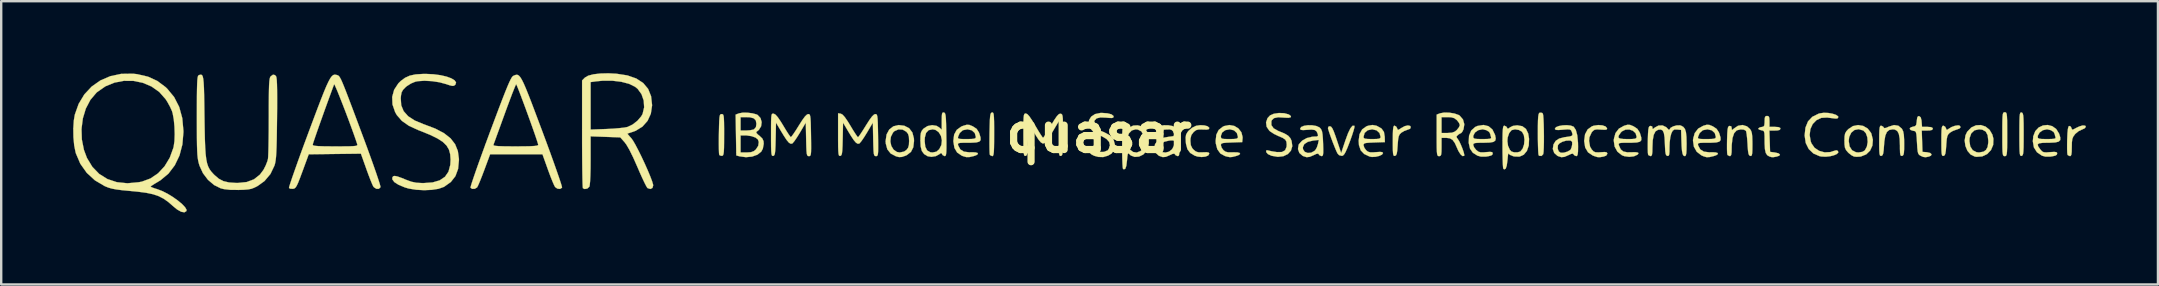
<source format=kicad_pcb>
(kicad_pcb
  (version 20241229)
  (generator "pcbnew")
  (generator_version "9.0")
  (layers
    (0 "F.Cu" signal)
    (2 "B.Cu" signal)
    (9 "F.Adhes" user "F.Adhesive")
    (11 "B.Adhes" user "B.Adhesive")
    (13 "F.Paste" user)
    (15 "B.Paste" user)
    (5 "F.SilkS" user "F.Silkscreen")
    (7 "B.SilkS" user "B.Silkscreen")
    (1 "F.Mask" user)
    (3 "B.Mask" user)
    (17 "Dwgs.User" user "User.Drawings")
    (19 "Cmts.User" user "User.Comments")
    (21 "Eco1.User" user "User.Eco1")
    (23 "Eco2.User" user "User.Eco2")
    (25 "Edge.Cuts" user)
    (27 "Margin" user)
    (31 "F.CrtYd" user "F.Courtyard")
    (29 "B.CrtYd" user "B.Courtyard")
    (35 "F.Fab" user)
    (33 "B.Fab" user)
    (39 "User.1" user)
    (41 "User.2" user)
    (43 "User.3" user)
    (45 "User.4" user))
  (footprint "quasar"
    (layer "F.Cu")
    (at 42.745 2.491)
    (property "Reference" "quasar" (at 0 0 0) (layer "F.SilkS") (effects (font (size 1.524 1.524) (thickness 0.3))))
    (attr through_hole)
    (fp_poly (pts (xy 18.461 -0.839) (xy 18.496 -0.808) (xy 18.511 -0.734) (xy 18.523 -0.581) (xy 18.532 -0.371) (xy 18.538 -0.124) (xy 18.541 0.136) (xy 18.54 0.389) (xy 18.535 0.611) (xy 18.526 0.782) (xy 18.513 0.879) (xy 18.511 0.885) (xy 18.442 0.957) (xy 18.349 0.952) (xy 18.322 0.931) (xy 18.311 0.872) (xy 18.301 0.728) (xy 18.294 0.517) (xy 18.289 0.258) (xy 18.288 0.041) (xy 18.289 -0.278) (xy 18.293 -0.51) (xy 18.302 -0.668) (xy 18.317 -0.768) (xy 18.338 -0.822) (xy 18.368 -0.847) (xy 18.369 -0.847) (xy 18.461 -0.839)) (stroke (width 0.01) (type solid)) (fill yes) (layer "F.SilkS"))
    (fp_poly (pts (xy -15.686 -0.783) (xy -15.659 -0.76) (xy -15.641 -0.704) (xy -15.63 -0.601) (xy -15.624 -0.438) (xy -15.621 -0.199) (xy -15.621 0.076) (xy -15.622 0.392) (xy -15.625 0.621) (xy -15.633 0.778) (xy -15.646 0.875) (xy -15.666 0.928) (xy -15.695 0.951) (xy -15.71 0.956) (xy -15.798 0.937) (xy -15.826 0.903) (xy -15.834 0.831) (xy -15.839 0.676) (xy -15.842 0.457) (xy -15.841 0.194) (xy -15.838 0.023) (xy -15.832 -0.28) (xy -15.825 -0.497) (xy -15.815 -0.641) (xy -15.8 -0.728) (xy -15.778 -0.771) (xy -15.746 -0.786) (xy -15.723 -0.787) (xy -15.686 -0.783)) (stroke (width 0.01) (type solid)) (fill yes) (layer "F.SilkS"))
    (fp_poly (pts (xy -4.426 -0.853) (xy -4.403 -0.828) (xy -4.387 -0.765) (xy -4.377 -0.65) (xy -4.371 -0.471) (xy -4.369 -0.214) (xy -4.369 0.047) (xy -4.37 0.377) (xy -4.374 0.619) (xy -4.381 0.786) (xy -4.394 0.89) (xy -4.413 0.945) (xy -4.439 0.965) (xy -4.447 0.965) (xy -4.531 0.928) (xy -4.55 0.9) (xy -4.557 0.829) (xy -4.562 0.675) (xy -4.564 0.457) (xy -4.563 0.193) (xy -4.561 -0.001) (xy -4.554 -0.313) (xy -4.547 -0.537) (xy -4.536 -0.688) (xy -4.52 -0.782) (xy -4.498 -0.831) (xy -4.467 -0.852) (xy -4.458 -0.854) (xy -4.426 -0.853)) (stroke (width 0.01) (type solid)) (fill yes) (layer "F.SilkS"))
    (fp_poly (pts (xy 38.443 -0.854) (xy 38.475 -0.84) (xy 38.498 -0.801) (xy 38.514 -0.726) (xy 38.524 -0.598) (xy 38.53 -0.404) (xy 38.532 -0.13) (xy 38.532 0.051) (xy 38.531 0.372) (xy 38.528 0.607) (xy 38.52 0.767) (xy 38.508 0.869) (xy 38.488 0.925) (xy 38.461 0.95) (xy 38.443 0.956) (xy 38.411 0.955) (xy 38.388 0.929) (xy 38.372 0.866) (xy 38.362 0.752) (xy 38.357 0.574) (xy 38.354 0.317) (xy 38.354 0.051) (xy 38.355 -0.276) (xy 38.358 -0.515) (xy 38.364 -0.679) (xy 38.375 -0.782) (xy 38.392 -0.836) (xy 38.417 -0.855) (xy 38.443 -0.854)) (stroke (width 0.01) (type solid)) (fill yes) (layer "F.SilkS"))
    (fp_poly (pts (xy 37.781 -0.859) (xy 37.807 -0.837) (xy 37.825 -0.783) (xy 37.836 -0.684) (xy 37.843 -0.525) (xy 37.845 -0.294) (xy 37.846 0.024) (xy 37.846 0.051) (xy 37.846 0.376) (xy 37.843 0.613) (xy 37.837 0.776) (xy 37.826 0.879) (xy 37.808 0.936) (xy 37.783 0.96) (xy 37.747 0.965) (xy 37.744 0.965) (xy 37.708 0.961) (xy 37.682 0.939) (xy 37.664 0.885) (xy 37.652 0.786) (xy 37.646 0.627) (xy 37.643 0.395) (xy 37.643 0.077) (xy 37.643 0.051) (xy 37.643 -0.274) (xy 37.646 -0.512) (xy 37.652 -0.675) (xy 37.663 -0.778) (xy 37.68 -0.834) (xy 37.706 -0.858) (xy 37.741 -0.864) (xy 37.744 -0.864) (xy 37.781 -0.859)) (stroke (width 0.01) (type solid)) (fill yes) (layer "F.SilkS"))
    (fp_poly (pts (xy 10.647 -0.292) (xy 10.644 -0.233) (xy 10.609 -0.1) (xy 10.549 0.09) (xy 10.469 0.316) (xy 10.459 0.342) (xy 10.361 0.598) (xy 10.285 0.773) (xy 10.225 0.881) (xy 10.172 0.938) (xy 10.125 0.956) (xy 10.005 0.925) (xy 9.94 0.854) (xy 9.893 0.759) (xy 9.825 0.596) (xy 9.745 0.394) (xy 9.666 0.182) (xy 9.598 -0.012) (xy 9.552 -0.158) (xy 9.541 -0.203) (xy 9.567 -0.267) (xy 9.622 -0.279) (xy 9.671 -0.262) (xy 9.721 -0.199) (xy 9.779 -0.077) (xy 9.852 0.12) (xy 9.906 0.279) (xy 10.092 0.838) (xy 10.269 0.308) (xy 10.38 0.007) (xy 10.478 -0.195) (xy 10.564 -0.298) (xy 10.637 -0.301) (xy 10.647 -0.292)) (stroke (width 0.01) (type solid)) (fill yes) (layer "F.SilkS"))
    (fp_poly (pts (xy 12.968 -0.292) (xy 12.993 -0.248) (xy 12.965 -0.175) (xy 12.864 -0.137) (xy 12.715 -0.082) (xy 12.595 -0.008) (xy 12.532 0.055) (xy 12.492 0.135) (xy 12.467 0.259) (xy 12.45 0.452) (xy 12.446 0.516) (xy 12.43 0.729) (xy 12.409 0.86) (xy 12.379 0.929) (xy 12.333 0.955) (xy 12.332 0.956) (xy 12.295 0.954) (xy 12.27 0.924) (xy 12.254 0.847) (xy 12.246 0.71) (xy 12.243 0.495) (xy 12.243 0.334) (xy 12.245 0.062) (xy 12.252 -0.123) (xy 12.266 -0.236) (xy 12.288 -0.292) (xy 12.316 -0.305) (xy 12.388 -0.263) (xy 12.42 -0.204) (xy 12.447 -0.139) (xy 12.488 -0.134) (xy 12.574 -0.19) (xy 12.589 -0.201) (xy 12.74 -0.284) (xy 12.875 -0.315) (xy 12.968 -0.292)) (stroke (width 0.01) (type solid)) (fill yes) (layer "F.SilkS"))
    (fp_poly (pts (xy 41.097 -0.305) (xy 41.123 -0.258) (xy 41.078 -0.196) (xy 40.968 -0.144) (xy 40.962 -0.143) (xy 40.821 -0.075) (xy 40.686 0.036) (xy 40.67 0.055) (xy 40.6 0.15) (xy 40.56 0.25) (xy 40.542 0.388) (xy 40.538 0.588) (xy 40.534 0.787) (xy 40.52 0.903) (xy 40.492 0.956) (xy 40.461 0.965) (xy 40.376 0.928) (xy 40.357 0.898) (xy 40.348 0.823) (xy 40.343 0.669) (xy 40.343 0.462) (xy 40.346 0.28) (xy 40.357 0.012) (xy 40.375 -0.165) (xy 40.4 -0.264) (xy 40.427 -0.293) (xy 40.491 -0.27) (xy 40.521 -0.213) (xy 40.544 -0.149) (xy 40.585 -0.139) (xy 40.674 -0.184) (xy 40.708 -0.204) (xy 40.854 -0.273) (xy 40.99 -0.313) (xy 40.996 -0.313) (xy 41.097 -0.305)) (stroke (width 0.01) (type solid)) (fill yes) (layer "F.SilkS"))
    (fp_poly (pts (xy 35.864 -0.305) (xy 35.906 -0.245) (xy 35.858 -0.185) (xy 35.733 -0.139) (xy 35.723 -0.137) (xy 35.575 -0.082) (xy 35.455 -0.008) (xy 35.392 0.055) (xy 35.352 0.135) (xy 35.327 0.259) (xy 35.31 0.452) (xy 35.306 0.516) (xy 35.29 0.729) (xy 35.269 0.86) (xy 35.239 0.929) (xy 35.193 0.955) (xy 35.192 0.956) (xy 35.155 0.954) (xy 35.13 0.924) (xy 35.114 0.847) (xy 35.106 0.71) (xy 35.103 0.495) (xy 35.103 0.334) (xy 35.104 0.066) (xy 35.11 -0.116) (xy 35.123 -0.228) (xy 35.144 -0.285) (xy 35.175 -0.304) (xy 35.184 -0.305) (xy 35.26 -0.262) (xy 35.292 -0.201) (xy 35.323 -0.13) (xy 35.377 -0.149) (xy 35.401 -0.169) (xy 35.525 -0.246) (xy 35.673 -0.3) (xy 35.805 -0.319) (xy 35.864 -0.305)) (stroke (width 0.01) (type solid)) (fill yes) (layer "F.SilkS"))
    (fp_poly (pts (xy 20.976 -0.318) (xy 21.109 -0.272) (xy 21.172 -0.198) (xy 21.173 -0.196) (xy 21.165 -0.152) (xy 21.103 -0.134) (xy 20.968 -0.137) (xy 20.914 -0.141) (xy 20.75 -0.149) (xy 20.65 -0.133) (xy 20.578 -0.079) (xy 20.531 -0.024) (xy 20.438 0.177) (xy 20.422 0.33) (xy 20.463 0.567) (xy 20.531 0.685) (xy 20.606 0.766) (xy 20.685 0.803) (xy 20.806 0.809) (xy 20.912 0.802) (xy 21.071 0.793) (xy 21.153 0.805) (xy 21.182 0.844) (xy 21.184 0.866) (xy 21.136 0.944) (xy 21.025 0.984) (xy 20.876 1.009) (xy 20.766 1.004) (xy 20.641 0.964) (xy 20.571 0.936) (xy 20.379 0.806) (xy 20.261 0.607) (xy 20.219 0.341) (xy 20.219 0.322) (xy 20.255 0.053) (xy 20.363 -0.148) (xy 20.541 -0.276) (xy 20.622 -0.304) (xy 20.804 -0.33) (xy 20.976 -0.318)) (stroke (width 0.01) (type solid)) (fill yes) (layer "F.SilkS"))
    (fp_poly (pts (xy 36.947 -0.265) (xy 37.112 -0.131) (xy 37.229 0.07) (xy 37.272 0.241) (xy 37.262 0.496) (xy 37.17 0.713) (xy 37.013 0.878) (xy 36.805 0.977) (xy 36.563 0.994) (xy 36.494 0.983) (xy 36.321 0.898) (xy 36.189 0.743) (xy 36.104 0.54) (xy 36.076 0.33) (xy 36.271 0.33) (xy 36.307 0.559) (xy 36.409 0.719) (xy 36.572 0.802) (xy 36.673 0.813) (xy 36.863 0.778) (xy 36.962 0.706) (xy 37.029 0.586) (xy 37.057 0.405) (xy 37.059 0.33) (xy 37.033 0.095) (xy 36.953 -0.058) (xy 36.811 -0.137) (xy 36.673 -0.152) (xy 36.483 -0.11) (xy 36.35 0.013) (xy 36.28 0.209) (xy 36.271 0.33) (xy 36.076 0.33) (xy 36.074 0.317) (xy 36.108 0.097) (xy 36.179 -0.051) (xy 36.349 -0.228) (xy 36.546 -0.319) (xy 36.752 -0.33) (xy 36.947 -0.265)) (stroke (width 0.01) (type solid)) (fill yes) (layer "F.SilkS"))
    (fp_poly (pts (xy -8.111 -0.301) (xy -7.91 -0.197) (xy -7.776 -0.02) (xy -7.712 0.226) (xy -7.707 0.333) (xy -7.738 0.597) (xy -7.835 0.789) (xy -8.005 0.921) (xy -8.054 0.944) (xy -8.209 0.998) (xy -8.33 1.005) (xy -8.458 0.973) (xy -8.678 0.858) (xy -8.82 0.681) (xy -8.885 0.438) (xy -8.889 0.354) (xy -8.694 0.354) (xy -8.654 0.54) (xy -8.56 0.694) (xy -8.421 0.791) (xy -8.302 0.813) (xy -8.125 0.776) (xy -8.026 0.711) (xy -7.955 0.618) (xy -7.92 0.5) (xy -7.912 0.33) (xy -7.921 0.153) (xy -7.957 0.038) (xy -8.026 -0.051) (xy -8.18 -0.14) (xy -8.356 -0.149) (xy -8.518 -0.08) (xy -8.582 -0.019) (xy -8.672 0.16) (xy -8.694 0.354) (xy -8.889 0.354) (xy -8.89 0.33) (xy -8.851 0.062) (xy -8.74 -0.143) (xy -8.568 -0.277) (xy -8.347 -0.33) (xy -8.111 -0.301)) (stroke (width 0.01) (type solid)) (fill yes) (layer "F.SilkS"))
    (fp_poly (pts (xy 4.388 -0.316) (xy 4.521 -0.281) (xy 4.592 -0.223) (xy 4.597 -0.201) (xy 4.574 -0.157) (xy 4.491 -0.14) (xy 4.333 -0.144) (xy 4.164 -0.147) (xy 4.054 -0.121) (xy 3.962 -0.055) (xy 3.939 -0.032) (xy 3.85 0.086) (xy 3.814 0.231) (xy 3.81 0.33) (xy 3.826 0.507) (xy 3.886 0.633) (xy 3.939 0.693) (xy 4.033 0.77) (xy 4.135 0.805) (xy 4.287 0.807) (xy 4.333 0.805) (xy 4.494 0.801) (xy 4.576 0.819) (xy 4.597 0.861) (xy 4.553 0.937) (xy 4.437 0.985) (xy 4.279 1.002) (xy 4.107 0.983) (xy 3.988 0.945) (xy 3.801 0.831) (xy 3.685 0.676) (xy 3.627 0.458) (xy 3.617 0.364) (xy 3.611 0.187) (xy 3.63 0.069) (xy 3.685 -0.031) (xy 3.732 -0.09) (xy 3.877 -0.216) (xy 4.044 -0.298) (xy 4.055 -0.301) (xy 4.223 -0.325) (xy 4.388 -0.316)) (stroke (width 0.01) (type solid)) (fill yes) (layer "F.SilkS"))
    (fp_poly (pts (xy 30.387 -0.834) (xy 30.567 -0.803) (xy 30.713 -0.755) (xy 30.799 -0.693) (xy 30.81 -0.66) (xy 30.771 -0.604) (xy 30.683 -0.6) (xy 30.549 -0.617) (xy 30.38 -0.638) (xy 30.347 -0.643) (xy 30.104 -0.63) (xy 29.9 -0.535) (xy 29.743 -0.375) (xy 29.645 -0.163) (xy 29.614 0.084) (xy 29.659 0.35) (xy 29.69 0.432) (xy 29.818 0.617) (xy 30.009 0.745) (xy 30.238 0.808) (xy 30.477 0.796) (xy 30.606 0.753) (xy 30.726 0.72) (xy 30.792 0.748) (xy 30.809 0.814) (xy 30.746 0.877) (xy 30.623 0.931) (xy 30.462 0.971) (xy 30.281 0.989) (xy 30.104 0.981) (xy 30.029 0.967) (xy 29.77 0.855) (xy 29.575 0.668) (xy 29.451 0.417) (xy 29.406 0.112) (xy 29.405 0.107) (xy 29.439 -0.222) (xy 29.545 -0.482) (xy 29.726 -0.674) (xy 29.984 -0.802) (xy 30.038 -0.818) (xy 30.202 -0.841) (xy 30.387 -0.834)) (stroke (width 0.01) (type solid)) (fill yes) (layer "F.SilkS"))
    (fp_poly (pts (xy 34.242 -0.652) (xy 34.275 -0.525) (xy 34.28 -0.469) (xy 34.296 -0.254) (xy 34.522 -0.254) (xy 34.671 -0.244) (xy 34.739 -0.209) (xy 34.747 -0.178) (xy 34.718 -0.128) (xy 34.616 -0.105) (xy 34.517 -0.102) (xy 34.286 -0.102) (xy 34.315 0.787) (xy 34.506 0.803) (xy 34.639 0.834) (xy 34.695 0.888) (xy 34.667 0.947) (xy 34.582 0.984) (xy 34.446 1.011) (xy 34.34 0.996) (xy 34.239 0.95) (xy 34.18 0.914) (xy 34.141 0.861) (xy 34.116 0.771) (xy 34.1 0.623) (xy 34.087 0.405) (xy 34.074 0.182) (xy 34.06 0.041) (xy 34.038 -0.039) (xy 34.002 -0.076) (xy 33.946 -0.089) (xy 33.922 -0.092) (xy 33.82 -0.126) (xy 33.782 -0.178) (xy 33.826 -0.233) (xy 33.922 -0.263) (xy 34.011 -0.285) (xy 34.055 -0.342) (xy 34.075 -0.465) (xy 34.077 -0.498) (xy 34.096 -0.638) (xy 34.131 -0.697) (xy 34.179 -0.701) (xy 34.242 -0.652)) (stroke (width 0.01) (type solid)) (fill yes) (layer "F.SilkS"))
    (fp_poly (pts (xy 31.846 -0.294) (xy 32.034 -0.184) (xy 32.172 -0.004) (xy 32.186 0.028) (xy 32.249 0.284) (xy 32.229 0.526) (xy 32.134 0.734) (xy 31.973 0.891) (xy 31.755 0.979) (xy 31.722 0.985) (xy 31.573 0.993) (xy 31.465 0.983) (xy 31.362 0.932) (xy 31.24 0.836) (xy 31.211 0.807) (xy 31.129 0.71) (xy 31.085 0.611) (xy 31.067 0.476) (xy 31.064 0.33) (xy 31.242 0.33) (xy 31.278 0.559) (xy 31.38 0.719) (xy 31.543 0.802) (xy 31.644 0.813) (xy 31.817 0.785) (xy 31.914 0.724) (xy 31.998 0.569) (xy 32.032 0.377) (xy 32.017 0.18) (xy 31.957 0.01) (xy 31.854 -0.1) (xy 31.851 -0.102) (xy 31.658 -0.158) (xy 31.485 -0.125) (xy 31.348 -0.013) (xy 31.262 0.166) (xy 31.242 0.33) (xy 31.064 0.33) (xy 31.064 0.328) (xy 31.069 0.143) (xy 31.091 0.023) (xy 31.143 -0.07) (xy 31.226 -0.16) (xy 31.417 -0.287) (xy 31.632 -0.33) (xy 31.846 -0.294)) (stroke (width 0.01) (type solid)) (fill yes) (layer "F.SilkS"))
    (fp_poly (pts (xy 27.902 -0.696) (xy 27.932 -0.634) (xy 27.94 -0.499) (xy 27.94 -0.483) (xy 27.94 -0.254) (xy 28.169 -0.254) (xy 28.319 -0.244) (xy 28.388 -0.21) (xy 28.397 -0.178) (xy 28.368 -0.128) (xy 28.266 -0.105) (xy 28.167 -0.102) (xy 27.936 -0.102) (xy 27.965 0.787) (xy 28.165 0.813) (xy 28.313 0.847) (xy 28.377 0.896) (xy 28.351 0.946) (xy 28.24 0.984) (xy 28.112 1.007) (xy 28.034 1.008) (xy 27.956 0.986) (xy 27.94 0.981) (xy 27.846 0.926) (xy 27.785 0.831) (xy 27.751 0.677) (xy 27.738 0.446) (xy 27.737 0.349) (xy 27.736 0.136) (xy 27.728 0.005) (xy 27.709 -0.067) (xy 27.672 -0.098) (xy 27.611 -0.111) (xy 27.608 -0.111) (xy 27.497 -0.145) (xy 27.475 -0.194) (xy 27.546 -0.235) (xy 27.597 -0.245) (xy 27.684 -0.264) (xy 27.725 -0.315) (xy 27.736 -0.427) (xy 27.737 -0.486) (xy 27.744 -0.628) (xy 27.772 -0.694) (xy 27.834 -0.711) (xy 27.838 -0.711) (xy 27.902 -0.696)) (stroke (width 0.01) (type solid)) (fill yes) (layer "F.SilkS"))
    (fp_poly (pts (xy 0.354 -0.819) (xy 0.519 -0.777) (xy 0.602 -0.712) (xy 0.61 -0.682) (xy 0.593 -0.64) (xy 0.531 -0.623) (xy 0.399 -0.629) (xy 0.312 -0.638) (xy 0.066 -0.648) (xy -0.097 -0.61) (xy -0.183 -0.521) (xy -0.203 -0.412) (xy -0.177 -0.284) (xy -0.089 -0.18) (xy 0.077 -0.086) (xy 0.215 -0.03) (xy 0.454 0.096) (xy 0.603 0.264) (xy 0.66 0.47) (xy 0.66 0.493) (xy 0.629 0.706) (xy 0.528 0.855) (xy 0.379 0.944) (xy 0.175 1.004) (xy -0.024 0.998) (xy -0.203 0.95) (xy -0.315 0.892) (xy -0.388 0.82) (xy -0.412 0.757) (xy -0.378 0.723) (xy -0.297 0.732) (xy -0.014 0.792) (xy 0.209 0.788) (xy 0.365 0.724) (xy 0.446 0.6) (xy 0.457 0.515) (xy 0.424 0.375) (xy 0.317 0.253) (xy 0.126 0.14) (xy -0.014 0.08) (xy -0.232 -0.045) (xy -0.37 -0.201) (xy -0.429 -0.371) (xy -0.413 -0.537) (xy -0.324 -0.681) (xy -0.164 -0.787) (xy 0.064 -0.835) (xy 0.122 -0.836) (xy 0.354 -0.819)) (stroke (width 0.01) (type solid)) (fill yes) (layer "F.SilkS"))
    (fp_poly (pts (xy 33.31 -0.302) (xy 33.453 -0.182) (xy 33.467 -0.161) (xy 33.512 -0.064) (xy 33.539 0.075) (xy 33.551 0.28) (xy 33.553 0.454) (xy 33.551 0.682) (xy 33.542 0.827) (xy 33.523 0.909) (xy 33.491 0.946) (xy 33.465 0.955) (xy 33.422 0.953) (xy 33.395 0.915) (xy 33.381 0.823) (xy 33.376 0.658) (xy 33.376 0.523) (xy 33.365 0.237) (xy 33.33 0.039) (xy 33.265 -0.083) (xy 33.164 -0.142) (xy 33.076 -0.152) (xy 32.935 -0.127) (xy 32.834 -0.043) (xy 32.767 0.112) (xy 32.727 0.349) (xy 32.715 0.5) (xy 32.699 0.718) (xy 32.679 0.853) (xy 32.651 0.925) (xy 32.608 0.954) (xy 32.601 0.956) (xy 32.564 0.954) (xy 32.539 0.924) (xy 32.523 0.847) (xy 32.515 0.71) (xy 32.512 0.495) (xy 32.512 0.334) (xy 32.514 0.065) (xy 32.52 -0.118) (xy 32.533 -0.23) (xy 32.554 -0.287) (xy 32.586 -0.305) (xy 32.59 -0.305) (xy 32.675 -0.266) (xy 32.694 -0.236) (xy 32.729 -0.201) (xy 32.806 -0.215) (xy 32.915 -0.264) (xy 33.129 -0.33) (xy 33.31 -0.302)) (stroke (width 0.01) (type solid)) (fill yes) (layer "F.SilkS"))
    (fp_poly (pts (xy 27.003 -0.276) (xy 27.128 -0.165) (xy 27.176 -0.089) (xy 27.206 0.008) (xy 27.222 0.149) (xy 27.228 0.358) (xy 27.229 0.468) (xy 27.227 0.698) (xy 27.22 0.845) (xy 27.204 0.925) (xy 27.177 0.956) (xy 27.14 0.956) (xy 27.097 0.933) (xy 27.067 0.872) (xy 27.047 0.754) (xy 27.031 0.561) (xy 27.026 0.457) (xy 27.01 0.24) (xy 26.991 0.059) (xy 26.97 -0.06) (xy 26.959 -0.089) (xy 26.874 -0.14) (xy 26.739 -0.149) (xy 26.597 -0.115) (xy 26.57 -0.103) (xy 26.467 0.009) (xy 26.399 0.212) (xy 26.367 0.501) (xy 26.365 0.617) (xy 26.361 0.807) (xy 26.344 0.915) (xy 26.312 0.96) (xy 26.287 0.965) (xy 26.203 0.928) (xy 26.184 0.898) (xy 26.175 0.823) (xy 26.17 0.669) (xy 26.17 0.462) (xy 26.173 0.277) (xy 26.181 0.03) (xy 26.193 -0.134) (xy 26.212 -0.231) (xy 26.24 -0.279) (xy 26.276 -0.295) (xy 26.348 -0.277) (xy 26.365 -0.203) (xy 26.372 -0.128) (xy 26.409 -0.14) (xy 26.449 -0.178) (xy 26.629 -0.3) (xy 26.821 -0.332) (xy 27.003 -0.276)) (stroke (width 0.01) (type solid)) (fill yes) (layer "F.SilkS"))
    (fp_poly (pts (xy 7.716 -0.824) (xy 7.9 -0.775) (xy 7.918 -0.766) (xy 8 -0.702) (xy 7.991 -0.655) (xy 7.901 -0.632) (xy 7.74 -0.638) (xy 7.721 -0.64) (xy 7.466 -0.655) (xy 7.295 -0.619) (xy 7.201 -0.53) (xy 7.185 -0.487) (xy 7.185 -0.326) (xy 7.278 -0.194) (xy 7.467 -0.086) (xy 7.505 -0.071) (xy 7.733 0.023) (xy 7.882 0.113) (xy 7.974 0.215) (xy 8.026 0.329) (xy 8.056 0.549) (xy 8 0.735) (xy 7.872 0.878) (xy 7.685 0.968) (xy 7.453 0.995) (xy 7.19 0.95) (xy 7.189 0.949) (xy 7.039 0.88) (xy 6.969 0.797) (xy 6.968 0.791) (xy 6.97 0.726) (xy 7.033 0.723) (xy 7.069 0.733) (xy 7.194 0.762) (xy 7.363 0.789) (xy 7.42 0.797) (xy 7.625 0.793) (xy 7.755 0.722) (xy 7.816 0.579) (xy 7.823 0.485) (xy 7.811 0.364) (xy 7.763 0.277) (xy 7.657 0.205) (xy 7.474 0.127) (xy 7.468 0.124) (xy 7.294 0.04) (xy 7.136 -0.063) (xy 7.097 -0.096) (xy 6.986 -0.258) (xy 6.962 -0.442) (xy 7.023 -0.618) (xy 7.129 -0.732) (xy 7.287 -0.801) (xy 7.497 -0.832) (xy 7.716 -0.824)) (stroke (width 0.01) (type solid)) (fill yes) (layer "F.SilkS"))
    (fp_poly (pts (xy 5.64 -0.293) (xy 5.813 -0.186) (xy 5.935 -0.027) (xy 5.985 0.171) (xy 5.983 0.229) (xy 5.969 0.381) (xy 5.524 0.396) (xy 5.31 0.405) (xy 5.178 0.418) (xy 5.109 0.441) (xy 5.083 0.478) (xy 5.08 0.51) (xy 5.114 0.618) (xy 5.186 0.716) (xy 5.269 0.778) (xy 5.376 0.806) (xy 5.543 0.806) (xy 5.575 0.805) (xy 5.757 0.806) (xy 5.861 0.832) (xy 5.881 0.874) (xy 5.81 0.926) (xy 5.705 0.962) (xy 5.558 0.999) (xy 5.454 1.007) (xy 5.338 0.985) (xy 5.248 0.96) (xy 5.059 0.856) (xy 4.93 0.676) (xy 4.867 0.431) (xy 4.862 0.327) (xy 4.884 0.135) (xy 5.08 0.135) (xy 5.086 0.197) (xy 5.12 0.233) (xy 5.203 0.249) (xy 5.357 0.254) (xy 5.436 0.254) (xy 5.624 0.251) (xy 5.732 0.237) (xy 5.781 0.208) (xy 5.791 0.164) (xy 5.746 0.003) (xy 5.626 -0.11) (xy 5.452 -0.152) (xy 5.449 -0.152) (xy 5.262 -0.117) (xy 5.133 -0.021) (xy 5.08 0.121) (xy 5.08 0.135) (xy 4.884 0.135) (xy 4.892 0.066) (xy 4.988 -0.125) (xy 5.157 -0.259) (xy 5.221 -0.289) (xy 5.435 -0.331) (xy 5.64 -0.293)) (stroke (width 0.01) (type solid)) (fill yes) (layer "F.SilkS"))
    (fp_poly (pts (xy 11.549 -0.306) (xy 11.593 -0.289) (xy 11.776 -0.183) (xy 11.875 -0.043) (xy 11.908 0.159) (xy 11.908 0.168) (xy 11.913 0.381) (xy 11.468 0.396) (xy 11.254 0.405) (xy 11.122 0.418) (xy 11.053 0.441) (xy 11.027 0.478) (xy 11.024 0.51) (xy 11.058 0.617) (xy 11.132 0.718) (xy 11.208 0.779) (xy 11.3 0.806) (xy 11.442 0.806) (xy 11.538 0.799) (xy 11.712 0.788) (xy 11.805 0.799) (xy 11.836 0.834) (xy 11.836 0.841) (xy 11.791 0.904) (xy 11.677 0.957) (xy 11.527 0.992) (xy 11.374 1) (xy 11.278 0.983) (xy 11.051 0.876) (xy 10.906 0.723) (xy 10.834 0.511) (xy 10.821 0.32) (xy 10.842 0.164) (xy 11.024 0.164) (xy 11.037 0.212) (xy 11.09 0.239) (xy 11.205 0.251) (xy 11.379 0.254) (xy 11.568 0.251) (xy 11.676 0.237) (xy 11.724 0.208) (xy 11.735 0.164) (xy 11.69 0.001) (xy 11.569 -0.109) (xy 11.388 -0.152) (xy 11.379 -0.152) (xy 11.197 -0.113) (xy 11.072 -0.005) (xy 11.024 0.156) (xy 11.024 0.164) (xy 10.842 0.164) (xy 10.857 0.052) (xy 10.966 -0.148) (xy 11.144 -0.276) (xy 11.223 -0.304) (xy 11.398 -0.333) (xy 11.549 -0.306)) (stroke (width 0.01) (type solid)) (fill yes) (layer "F.SilkS"))
    (fp_poly (pts (xy 22.126 -0.338) (xy 22.257 -0.286) (xy 22.28 -0.275) (xy 22.435 -0.172) (xy 22.529 -0.027) (xy 22.551 0.03) (xy 22.598 0.191) (xy 22.6 0.298) (xy 22.544 0.362) (xy 22.417 0.395) (xy 22.206 0.406) (xy 22.096 0.406) (xy 21.879 0.407) (xy 21.745 0.414) (xy 21.677 0.43) (xy 21.656 0.46) (xy 21.666 0.511) (xy 21.669 0.521) (xy 21.741 0.682) (xy 21.849 0.772) (xy 22.017 0.806) (xy 22.156 0.804) (xy 22.358 0.8) (xy 22.464 0.818) (xy 22.48 0.86) (xy 22.44 0.905) (xy 22.292 0.973) (xy 22.096 0.995) (xy 21.896 0.968) (xy 21.793 0.929) (xy 21.604 0.779) (xy 21.487 0.567) (xy 21.451 0.315) (xy 21.455 0.261) (xy 21.475 0.185) (xy 21.643 0.185) (xy 21.702 0.23) (xy 21.846 0.25) (xy 22.022 0.254) (xy 22.217 0.252) (xy 22.331 0.241) (xy 22.386 0.216) (xy 22.402 0.171) (xy 22.403 0.152) (xy 22.36 0.008) (xy 22.25 -0.093) (xy 22.1 -0.145) (xy 21.939 -0.139) (xy 21.794 -0.068) (xy 21.746 -0.019) (xy 21.661 0.105) (xy 21.643 0.185) (xy 21.475 0.185) (xy 21.522 0.006) (xy 21.666 -0.181) (xy 21.878 -0.3) (xy 22.019 -0.341) (xy 22.126 -0.338)) (stroke (width 0.01) (type solid)) (fill yes) (layer "F.SilkS"))
    (fp_poly (pts (xy -14.646 -0.845) (xy -14.439 -0.819) (xy -14.269 -0.773) (xy -14.223 -0.75) (xy -14.104 -0.622) (xy -14.056 -0.454) (xy -14.079 -0.279) (xy -14.173 -0.128) (xy -14.218 -0.091) (xy -14.276 -0.044) (xy -14.276 -0.000006) (xy -14.211 0.066) (xy -14.145 0.119) (xy -14.028 0.23) (xy -13.978 0.342) (xy -13.97 0.453) (xy -14.007 0.654) (xy -14.074 0.779) (xy -14.232 0.905) (xy -14.454 0.984) (xy -14.71 1.009) (xy -14.971 0.975) (xy -14.986 0.971) (xy -15.113 0.935) (xy -15.127 0.102) (xy -14.935 0.102) (xy -14.935 0.813) (xy -14.679 0.813) (xy -14.5 0.801) (xy -14.379 0.755) (xy -14.298 0.688) (xy -14.199 0.536) (xy -14.177 0.375) (xy -14.213 0.27) (xy -14.311 0.192) (xy -14.477 0.133) (xy -14.677 0.103) (xy -14.735 0.102) (xy -14.935 0.102) (xy -15.127 0.102) (xy -15.127 0.086) (xy -15.139 -0.66) (xy -14.935 -0.66) (xy -14.935 -0.102) (xy -14.703 -0.102) (xy -14.539 -0.113) (xy -14.404 -0.141) (xy -14.373 -0.154) (xy -14.295 -0.245) (xy -14.275 -0.381) (xy -14.3 -0.523) (xy -14.384 -0.61) (xy -14.541 -0.653) (xy -14.703 -0.66) (xy -14.935 -0.66) (xy -15.139 -0.66) (xy -15.141 -0.764) (xy -15 -0.818) (xy -14.848 -0.846) (xy -14.646 -0.845)) (stroke (width 0.01) (type solid)) (fill yes) (layer "F.SilkS"))
    (fp_poly (pts (xy 1.8 -0.268) (xy 1.92 -0.186) (xy 2.019 -0.025) (xy 2.073 0.192) (xy 2.078 0.428) (xy 2.033 0.648) (xy 1.984 0.751) (xy 1.845 0.899) (xy 1.671 0.983) (xy 1.49 0.998) (xy 1.328 0.939) (xy 1.261 0.877) (xy 1.225 0.848) (xy 1.2 0.876) (xy 1.183 0.977) (xy 1.168 1.143) (xy 1.14 1.367) (xy 1.096 1.492) (xy 1.036 1.517) (xy 1 1.491) (xy 0.989 1.431) (xy 0.979 1.287) (xy 0.971 1.076) (xy 0.966 0.814) (xy 0.965 0.576) (xy 0.966 0.33) (xy 1.168 0.33) (xy 1.203 0.538) (xy 1.294 0.696) (xy 1.423 0.792) (xy 1.573 0.816) (xy 1.725 0.756) (xy 1.778 0.711) (xy 1.844 0.613) (xy 1.874 0.47) (xy 1.88 0.33) (xy 1.851 0.091) (xy 1.765 -0.067) (xy 1.619 -0.143) (xy 1.528 -0.152) (xy 1.367 -0.106) (xy 1.246 0.02) (xy 1.178 0.209) (xy 1.168 0.33) (xy 0.966 0.33) (xy 0.966 0.253) (xy 0.97 0.019) (xy 0.978 -0.141) (xy 0.992 -0.239) (xy 1.012 -0.289) (xy 1.039 -0.305) (xy 1.043 -0.305) (xy 1.127 -0.264) (xy 1.151 -0.226) (xy 1.183 -0.177) (xy 1.235 -0.199) (xy 1.275 -0.233) (xy 1.426 -0.308) (xy 1.614 -0.319) (xy 1.8 -0.268)) (stroke (width 0.01) (type solid)) (fill yes) (layer "F.SilkS"))
    (fp_poly (pts (xy 25.428 -0.338) (xy 25.559 -0.286) (xy 25.582 -0.275) (xy 25.737 -0.172) (xy 25.831 -0.027) (xy 25.853 0.03) (xy 25.9 0.191) (xy 25.902 0.298) (xy 25.846 0.362) (xy 25.719 0.395) (xy 25.508 0.406) (xy 25.398 0.406) (xy 25.181 0.407) (xy 25.047 0.414) (xy 24.978 0.43) (xy 24.958 0.461) (xy 24.966 0.511) (xy 24.969 0.521) (xy 25.056 0.684) (xy 25.208 0.778) (xy 25.431 0.806) (xy 25.495 0.804) (xy 25.675 0.806) (xy 25.776 0.833) (xy 25.793 0.876) (xy 25.719 0.928) (xy 25.619 0.962) (xy 25.441 1.004) (xy 25.313 1.008) (xy 25.187 0.97) (xy 25.095 0.927) (xy 24.907 0.78) (xy 24.79 0.571) (xy 24.753 0.32) (xy 24.757 0.261) (xy 24.773 0.198) (xy 24.958 0.198) (xy 24.976 0.232) (xy 25.045 0.248) (xy 25.183 0.254) (xy 25.32 0.254) (xy 25.518 0.251) (xy 25.634 0.239) (xy 25.689 0.214) (xy 25.705 0.169) (xy 25.705 0.164) (xy 25.66 0.002) (xy 25.539 -0.109) (xy 25.361 -0.152) (xy 25.354 -0.152) (xy 25.163 -0.115) (xy 25.032 0.002) (xy 24.971 0.14) (xy 24.958 0.198) (xy 24.773 0.198) (xy 24.824 0.006) (xy 24.968 -0.181) (xy 25.18 -0.3) (xy 25.321 -0.341) (xy 25.428 -0.338)) (stroke (width 0.01) (type solid)) (fill yes) (layer "F.SilkS"))
    (fp_poly (pts (xy -5.407 -0.338) (xy -5.277 -0.286) (xy -5.254 -0.275) (xy -5.098 -0.172) (xy -5.005 -0.027) (xy -4.983 0.03) (xy -4.935 0.191) (xy -4.933 0.298) (xy -4.99 0.362) (xy -5.117 0.395) (xy -5.328 0.406) (xy -5.437 0.406) (xy -5.655 0.407) (xy -5.789 0.414) (xy -5.857 0.43) (xy -5.878 0.461) (xy -5.869 0.511) (xy -5.866 0.521) (xy -5.779 0.684) (xy -5.628 0.778) (xy -5.405 0.806) (xy -5.34 0.804) (xy -5.161 0.806) (xy -5.059 0.833) (xy -5.043 0.876) (xy -5.117 0.928) (xy -5.217 0.962) (xy -5.394 1.003) (xy -5.525 1.006) (xy -5.658 0.969) (xy -5.724 0.942) (xy -5.911 0.814) (xy -6.024 0.621) (xy -6.067 0.357) (xy -6.068 0.328) (xy -6.052 0.198) (xy -5.878 0.198) (xy -5.859 0.232) (xy -5.791 0.248) (xy -5.652 0.254) (xy -5.515 0.254) (xy -5.318 0.251) (xy -5.202 0.239) (xy -5.146 0.214) (xy -5.131 0.169) (xy -5.131 0.164) (xy -5.176 0.002) (xy -5.297 -0.109) (xy -5.475 -0.152) (xy -5.481 -0.152) (xy -5.673 -0.115) (xy -5.803 0.002) (xy -5.865 0.14) (xy -5.878 0.198) (xy -6.052 0.198) (xy -6.035 0.066) (xy -5.928 -0.129) (xy -5.742 -0.265) (xy -5.655 -0.3) (xy -5.515 -0.341) (xy -5.407 -0.338)) (stroke (width 0.01) (type solid)) (fill yes) (layer "F.SilkS"))
    (fp_poly (pts (xy 39.725 -0.283) (xy 39.891 -0.163) (xy 40.009 0.029) (xy 40.058 0.187) (xy 40.056 0.294) (xy 39.991 0.36) (xy 39.852 0.394) (xy 39.626 0.406) (xy 39.542 0.406) (xy 39.312 0.412) (xy 39.174 0.433) (xy 39.118 0.478) (xy 39.136 0.556) (xy 39.218 0.674) (xy 39.226 0.685) (xy 39.296 0.764) (xy 39.369 0.802) (xy 39.479 0.81) (xy 39.633 0.798) (xy 39.807 0.788) (xy 39.899 0.8) (xy 39.929 0.835) (xy 39.929 0.84) (xy 39.916 0.901) (xy 39.863 0.94) (xy 39.744 0.969) (xy 39.649 0.984) (xy 39.432 0.984) (xy 39.294 0.946) (xy 39.086 0.803) (xy 38.958 0.601) (xy 38.914 0.345) (xy 38.931 0.162) (xy 39.116 0.162) (xy 39.128 0.209) (xy 39.176 0.237) (xy 39.282 0.25) (xy 39.466 0.254) (xy 39.502 0.254) (xy 39.699 0.251) (xy 39.812 0.24) (xy 39.859 0.217) (xy 39.859 0.177) (xy 39.858 0.174) (xy 39.831 0.079) (xy 39.827 0.05) (xy 39.782 -0.041) (xy 39.669 -0.115) (xy 39.523 -0.151) (xy 39.495 -0.152) (xy 39.331 -0.115) (xy 39.196 -0.018) (xy 39.122 0.113) (xy 39.116 0.162) (xy 38.931 0.162) (xy 38.933 0.136) (xy 39.016 -0.077) (xy 39.157 -0.228) (xy 39.337 -0.313) (xy 39.533 -0.333) (xy 39.725 -0.283)) (stroke (width 0.01) (type solid)) (fill yes) (layer "F.SilkS"))
    (fp_poly (pts (xy -6.464 -0.854) (xy -6.432 -0.839) (xy -6.408 -0.8) (xy -6.391 -0.722) (xy -6.379 -0.591) (xy -6.371 -0.394) (xy -6.365 -0.117) (xy -6.362 0.064) (xy -6.357 0.39) (xy -6.357 0.628) (xy -6.362 0.791) (xy -6.373 0.892) (xy -6.391 0.946) (xy -6.417 0.964) (xy -6.427 0.965) (xy -6.512 0.924) (xy -6.536 0.887) (xy -6.568 0.835) (xy -6.62 0.858) (xy -6.652 0.886) (xy -6.798 0.965) (xy -6.98 0.995) (xy -7.137 0.97) (xy -7.287 0.879) (xy -7.382 0.75) (xy -7.43 0.56) (xy -7.442 0.33) (xy -7.264 0.33) (xy -7.239 0.57) (xy -7.162 0.726) (xy -7.029 0.803) (xy -6.935 0.813) (xy -6.772 0.779) (xy -6.658 0.679) (xy -6.568 0.501) (xy -6.546 0.307) (xy -6.586 0.121) (xy -6.678 -0.032) (xy -6.816 -0.13) (xy -6.935 -0.152) (xy -7.099 -0.116) (xy -7.205 -0.003) (xy -7.257 0.192) (xy -7.264 0.33) (xy -7.442 0.33) (xy -7.442 0.326) (xy -7.438 0.126) (xy -7.422 -0.003) (xy -7.384 -0.093) (xy -7.318 -0.173) (xy -7.308 -0.183) (xy -7.144 -0.288) (xy -6.951 -0.327) (xy -6.766 -0.297) (xy -6.659 -0.232) (xy -6.553 -0.137) (xy -6.553 -0.504) (xy -6.55 -0.694) (xy -6.539 -0.803) (xy -6.513 -0.85) (xy -6.468 -0.855) (xy -6.464 -0.854)) (stroke (width 0.01) (type solid)) (fill yes) (layer "F.SilkS"))
    (fp_poly (pts (xy 8.883 -0.321) (xy 9.051 -0.292) (xy 9.181 -0.235) (xy 9.21 -0.211) (xy 9.26 -0.148) (xy 9.294 -0.066) (xy 9.316 0.057) (xy 9.331 0.244) (xy 9.339 0.432) (xy 9.346 0.672) (xy 9.345 0.827) (xy 9.333 0.917) (xy 9.309 0.957) (xy 9.275 0.965) (xy 9.188 0.929) (xy 9.165 0.896) (xy 9.13 0.86) (xy 9.056 0.873) (xy 8.953 0.921) (xy 8.782 0.995) (xy 8.651 1.009) (xy 8.516 0.966) (xy 8.484 0.951) (xy 8.35 0.832) (xy 8.292 0.67) (xy 8.304 0.594) (xy 8.496 0.594) (xy 8.502 0.677) (xy 8.574 0.785) (xy 8.698 0.833) (xy 8.845 0.821) (xy 8.984 0.744) (xy 9.013 0.715) (xy 9.079 0.604) (xy 9.126 0.459) (xy 9.126 0.459) (xy 9.16 0.29) (xy 8.918 0.317) (xy 8.699 0.37) (xy 8.555 0.465) (xy 8.496 0.594) (xy 8.304 0.594) (xy 8.319 0.496) (xy 8.334 0.466) (xy 8.466 0.321) (xy 8.662 0.211) (xy 8.888 0.156) (xy 8.957 0.152) (xy 9.081 0.147) (xy 9.127 0.118) (xy 9.119 0.05) (xy 9.115 0.038) (xy 9.067 -0.067) (xy 8.989 -0.124) (xy 8.858 -0.141) (xy 8.674 -0.13) (xy 8.505 -0.12) (xy 8.415 -0.13) (xy 8.383 -0.164) (xy 8.382 -0.178) (xy 8.427 -0.25) (xy 8.544 -0.299) (xy 8.705 -0.323) (xy 8.883 -0.321)) (stroke (width 0.01) (type solid)) (fill yes) (layer "F.SilkS"))
    (fp_poly (pts (xy 16.233 -0.282) (xy 16.397 -0.143) (xy 16.503 0.076) (xy 16.506 0.085) (xy 16.533 0.224) (xy 16.515 0.316) (xy 16.438 0.372) (xy 16.289 0.399) (xy 16.054 0.406) (xy 16.021 0.406) (xy 15.812 0.409) (xy 15.685 0.418) (xy 15.62 0.44) (xy 15.597 0.478) (xy 15.596 0.499) (xy 15.631 0.596) (xy 15.716 0.705) (xy 15.721 0.71) (xy 15.808 0.778) (xy 15.903 0.807) (xy 16.043 0.806) (xy 16.127 0.798) (xy 16.295 0.787) (xy 16.382 0.798) (xy 16.408 0.836) (xy 16.408 0.839) (xy 16.396 0.9) (xy 16.343 0.939) (xy 16.225 0.969) (xy 16.129 0.984) (xy 15.912 0.984) (xy 15.773 0.946) (xy 15.579 0.824) (xy 15.462 0.656) (xy 15.409 0.422) (xy 15.406 0.393) (xy 15.419 0.152) (xy 15.596 0.152) (xy 15.604 0.204) (xy 15.645 0.235) (xy 15.738 0.249) (xy 15.905 0.254) (xy 15.982 0.254) (xy 16.178 0.251) (xy 16.291 0.24) (xy 16.339 0.217) (xy 16.339 0.177) (xy 16.338 0.174) (xy 16.31 0.079) (xy 16.307 0.05) (xy 16.262 -0.041) (xy 16.148 -0.115) (xy 16.001 -0.151) (xy 15.973 -0.152) (xy 15.802 -0.115) (xy 15.668 -0.019) (xy 15.599 0.113) (xy 15.596 0.152) (xy 15.419 0.152) (xy 15.421 0.114) (xy 15.512 -0.102) (xy 15.675 -0.249) (xy 15.776 -0.294) (xy 16.023 -0.334) (xy 16.233 -0.282)) (stroke (width 0.01) (type solid)) (fill yes) (layer "F.SilkS"))
    (fp_poly (pts (xy 17.641 -0.282) (xy 17.793 -0.169) (xy 17.886 0.023) (xy 17.922 0.244) (xy 17.909 0.524) (xy 17.832 0.748) (xy 17.701 0.906) (xy 17.523 0.986) (xy 17.308 0.98) (xy 17.264 0.969) (xy 17.138 0.918) (xy 17.066 0.863) (xy 17.06 0.849) (xy 17.052 0.864) (xy 17.039 0.96) (xy 17.024 1.117) (xy 17.022 1.139) (xy 16.991 1.365) (xy 16.946 1.491) (xy 16.886 1.517) (xy 16.85 1.491) (xy 16.838 1.431) (xy 16.828 1.287) (xy 16.821 1.076) (xy 16.816 0.814) (xy 16.815 0.576) (xy 16.816 0.33) (xy 17.018 0.33) (xy 17.045 0.533) (xy 17.119 0.698) (xy 17.191 0.774) (xy 17.299 0.806) (xy 17.441 0.806) (xy 17.553 0.776) (xy 17.556 0.774) (xy 17.654 0.655) (xy 17.714 0.477) (xy 17.731 0.276) (xy 17.704 0.088) (xy 17.628 -0.05) (xy 17.628 -0.051) (xy 17.497 -0.126) (xy 17.337 -0.152) (xy 17.199 -0.119) (xy 17.191 -0.114) (xy 17.094 0.003) (xy 17.032 0.183) (xy 17.018 0.33) (xy 16.816 0.33) (xy 16.816 0.253) (xy 16.82 0.019) (xy 16.828 -0.141) (xy 16.841 -0.239) (xy 16.861 -0.289) (xy 16.889 -0.305) (xy 16.893 -0.305) (xy 16.977 -0.264) (xy 17 -0.226) (xy 17.032 -0.177) (xy 17.085 -0.199) (xy 17.125 -0.233) (xy 17.25 -0.295) (xy 17.426 -0.319) (xy 17.428 -0.319) (xy 17.641 -0.282)) (stroke (width 0.01) (type solid)) (fill yes) (layer "F.SilkS"))
    (fp_poly (pts (xy -10.759 -0.804) (xy -10.685 -0.764) (xy -10.59 -0.659) (xy -10.466 -0.479) (xy -10.36 -0.305) (xy -10.243 -0.111) (xy -10.142 0.046) (xy -10.071 0.148) (xy -10.042 0.178) (xy -10.004 0.137) (xy -9.926 0.026) (xy -9.821 -0.136) (xy -9.716 -0.305) (xy -9.567 -0.539) (xy -9.455 -0.691) (xy -9.371 -0.77) (xy -9.321 -0.787) (xy -9.285 -0.783) (xy -9.258 -0.758) (xy -9.239 -0.701) (xy -9.226 -0.597) (xy -9.217 -0.431) (xy -9.211 -0.19) (xy -9.206 0.089) (xy -9.202 0.406) (xy -9.201 0.636) (xy -9.204 0.792) (xy -9.214 0.889) (xy -9.232 0.941) (xy -9.259 0.962) (xy -9.294 0.965) (xy -9.334 0.959) (xy -9.363 0.931) (xy -9.382 0.866) (xy -9.394 0.746) (xy -9.402 0.557) (xy -9.409 0.284) (xy -9.409 0.267) (xy -9.423 -0.432) (xy -9.672 -0.008) (xy -9.787 0.177) (xy -9.89 0.328) (xy -9.967 0.422) (xy -9.994 0.443) (xy -10.058 0.447) (xy -10.13 0.401) (xy -10.22 0.294) (xy -10.338 0.116) (xy -10.444 -0.058) (xy -10.665 -0.431) (xy -10.679 0.254) (xy -10.686 0.532) (xy -10.696 0.725) (xy -10.71 0.848) (xy -10.73 0.917) (xy -10.761 0.949) (xy -10.782 0.956) (xy -10.814 0.955) (xy -10.838 0.929) (xy -10.853 0.865) (xy -10.863 0.749) (xy -10.869 0.568) (xy -10.871 0.308) (xy -10.871 0.076) (xy -10.871 -0.82) (xy -10.759 -0.804)) (stroke (width 0.01) (type solid)) (fill yes) (layer "F.SilkS"))
    (fp_poly (pts (xy 2.889 -0.321) (xy 3.057 -0.291) (xy 3.188 -0.234) (xy 3.217 -0.21) (xy 3.268 -0.147) (xy 3.302 -0.067) (xy 3.323 0.053) (xy 3.337 0.235) (xy 3.345 0.433) (xy 3.351 0.673) (xy 3.349 0.829) (xy 3.336 0.918) (xy 3.312 0.957) (xy 3.28 0.965) (xy 3.193 0.928) (xy 3.171 0.896) (xy 3.136 0.86) (xy 3.062 0.873) (xy 2.958 0.921) (xy 2.789 0.994) (xy 2.658 1.006) (xy 2.523 0.96) (xy 2.481 0.938) (xy 2.355 0.818) (xy 2.303 0.655) (xy 2.311 0.607) (xy 2.489 0.607) (xy 2.53 0.726) (xy 2.634 0.797) (xy 2.773 0.816) (xy 2.918 0.779) (xy 3.041 0.683) (xy 3.044 0.679) (xy 3.119 0.547) (xy 3.15 0.418) (xy 3.142 0.342) (xy 3.102 0.309) (xy 3.003 0.309) (xy 2.919 0.318) (xy 2.716 0.367) (xy 2.568 0.456) (xy 2.494 0.57) (xy 2.489 0.607) (xy 2.311 0.607) (xy 2.332 0.481) (xy 2.362 0.425) (xy 2.503 0.29) (xy 2.709 0.194) (xy 2.943 0.153) (xy 2.97 0.152) (xy 3.105 0.132) (xy 3.148 0.068) (xy 3.103 -0.043) (xy 3.081 -0.075) (xy 3.028 -0.126) (xy 2.949 -0.148) (xy 2.815 -0.146) (xy 2.7 -0.136) (xy 2.524 -0.122) (xy 2.428 -0.128) (xy 2.391 -0.157) (xy 2.388 -0.178) (xy 2.433 -0.25) (xy 2.549 -0.299) (xy 2.71 -0.323) (xy 2.889 -0.321)) (stroke (width 0.01) (type solid)) (fill yes) (layer "F.SilkS"))
    (fp_poly (pts (xy 19.657 -0.308) (xy 19.774 -0.264) (xy 19.784 -0.256) (xy 19.871 -0.125) (xy 19.931 0.098) (xy 19.961 0.404) (xy 19.964 0.572) (xy 19.961 0.775) (xy 19.947 0.897) (xy 19.921 0.953) (xy 19.887 0.965) (xy 19.802 0.926) (xy 19.782 0.896) (xy 19.748 0.86) (xy 19.673 0.873) (xy 19.57 0.921) (xy 19.4 0.995) (xy 19.268 1.009) (xy 19.133 0.966) (xy 19.102 0.951) (xy 18.969 0.832) (xy 18.911 0.665) (xy 18.913 0.654) (xy 19.114 0.654) (xy 19.163 0.772) (xy 19.243 0.825) (xy 19.374 0.821) (xy 19.524 0.776) (xy 19.639 0.708) (xy 19.652 0.695) (xy 19.693 0.603) (xy 19.718 0.483) (xy 19.717 0.371) (xy 19.666 0.323) (xy 19.621 0.314) (xy 19.466 0.32) (xy 19.307 0.367) (xy 19.179 0.441) (xy 19.125 0.511) (xy 19.114 0.654) (xy 18.913 0.654) (xy 18.939 0.479) (xy 18.942 0.473) (xy 19.033 0.327) (xy 19.177 0.233) (xy 19.393 0.177) (xy 19.462 0.168) (xy 19.629 0.143) (xy 19.714 0.111) (xy 19.733 0.054) (xy 19.704 -0.042) (xy 19.703 -0.045) (xy 19.672 -0.11) (xy 19.624 -0.143) (xy 19.531 -0.151) (xy 19.37 -0.14) (xy 19.328 -0.136) (xy 19.146 -0.123) (xy 19.045 -0.129) (xy 19.003 -0.156) (xy 18.999 -0.179) (xy 19.045 -0.242) (xy 19.162 -0.289) (xy 19.323 -0.318) (xy 19.497 -0.325) (xy 19.657 -0.308)) (stroke (width 0.01) (type solid)) (fill yes) (layer "F.SilkS"))
    (fp_poly (pts (xy 14.597 -0.846) (xy 14.814 -0.811) (xy 14.989 -0.749) (xy 15.033 -0.721) (xy 15.169 -0.562) (xy 15.224 -0.363) (xy 15.191 -0.156) (xy 15.19 -0.154) (xy 15.138 -0.048) (xy 15.096 0.001) (xy 15.094 0.002) (xy 15.033 0.03) (xy 14.965 0.077) (xy 14.899 0.142) (xy 14.914 0.204) (xy 14.944 0.24) (xy 15.007 0.338) (xy 15.077 0.483) (xy 15.144 0.646) (xy 15.197 0.799) (xy 15.223 0.911) (xy 15.219 0.953) (xy 15.149 0.963) (xy 15.064 0.889) (xy 14.974 0.744) (xy 14.925 0.633) (xy 14.829 0.42) (xy 14.734 0.288) (xy 14.622 0.222) (xy 14.474 0.203) (xy 14.47 0.203) (xy 14.275 0.203) (xy 14.275 0.584) (xy 14.272 0.779) (xy 14.261 0.893) (xy 14.236 0.948) (xy 14.191 0.965) (xy 14.173 0.965) (xy 14.136 0.961) (xy 14.109 0.938) (xy 14.091 0.882) (xy 14.08 0.779) (xy 14.074 0.616) (xy 14.072 0.377) (xy 14.072 0.1) (xy 14.072 -0.66) (xy 14.275 -0.66) (xy 14.275 0) (xy 14.531 0) (xy 14.71 -0.012) (xy 14.831 -0.058) (xy 14.912 -0.125) (xy 14.997 -0.232) (xy 15.037 -0.324) (xy 15.037 -0.33) (xy 15.003 -0.419) (xy 14.921 -0.527) (xy 14.912 -0.536) (xy 14.806 -0.617) (xy 14.675 -0.654) (xy 14.531 -0.66) (xy 14.275 -0.66) (xy 14.072 -0.66) (xy 14.072 -0.765) (xy 14.211 -0.819) (xy 14.382 -0.851) (xy 14.597 -0.846)) (stroke (width 0.01) (type solid)) (fill yes) (layer "F.SilkS"))
    (fp_poly (pts (xy -2.985 -0.785) (xy -2.902 -0.695) (xy -2.791 -0.532) (xy -2.655 -0.307) (xy -2.537 -0.107) (xy -2.436 0.056) (xy -2.363 0.164) (xy -2.331 0.201) (xy -2.295 0.161) (xy -2.22 0.049) (xy -2.117 -0.116) (xy -2.003 -0.307) (xy -1.867 -0.534) (xy -1.766 -0.684) (xy -1.691 -0.768) (xy -1.632 -0.801) (xy -1.602 -0.802) (xy -1.564 -0.792) (xy -1.537 -0.765) (xy -1.519 -0.707) (xy -1.507 -0.602) (xy -1.501 -0.437) (xy -1.499 -0.198) (xy -1.499 0.076) (xy -1.499 0.392) (xy -1.503 0.621) (xy -1.511 0.778) (xy -1.524 0.875) (xy -1.544 0.928) (xy -1.573 0.951) (xy -1.587 0.956) (xy -1.622 0.955) (xy -1.647 0.926) (xy -1.663 0.855) (xy -1.672 0.726) (xy -1.676 0.525) (xy -1.677 0.245) (xy -1.677 -0.483) (xy -1.942 -0.039) (xy -2.06 0.15) (xy -2.166 0.305) (xy -2.246 0.405) (xy -2.278 0.431) (xy -2.346 0.437) (xy -2.42 0.393) (xy -2.51 0.288) (xy -2.626 0.11) (xy -2.72 -0.047) (xy -2.943 -0.432) (xy -2.957 0.253) (xy -2.965 0.532) (xy -2.974 0.725) (xy -2.988 0.848) (xy -3.009 0.917) (xy -3.039 0.949) (xy -3.061 0.956) (xy -3.093 0.955) (xy -3.116 0.929) (xy -3.132 0.865) (xy -3.142 0.749) (xy -3.147 0.567) (xy -3.149 0.307) (xy -3.15 0.08) (xy -3.149 -0.241) (xy -3.146 -0.474) (xy -3.14 -0.633) (xy -3.129 -0.733) (xy -3.11 -0.787) (xy -3.084 -0.809) (xy -3.049 -0.813) (xy -2.985 -0.785)) (stroke (width 0.01) (type solid)) (fill yes) (layer "F.SilkS"))
    (fp_poly (pts (xy -13.565 -0.805) (xy -13.553 -0.804) (xy -13.479 -0.764) (xy -13.384 -0.658) (xy -13.26 -0.475) (xy -13.159 -0.31) (xy -13.042 -0.116) (xy -12.942 0.041) (xy -12.87 0.143) (xy -12.841 0.173) (xy -12.801 0.134) (xy -12.722 0.025) (xy -12.615 -0.136) (xy -12.51 -0.305) (xy -12.361 -0.539) (xy -12.249 -0.691) (xy -12.165 -0.77) (xy -12.115 -0.787) (xy -12.079 -0.783) (xy -12.052 -0.758) (xy -12.033 -0.701) (xy -12.02 -0.597) (xy -12.011 -0.431) (xy -12.005 -0.19) (xy -12 0.089) (xy -11.996 0.406) (xy -11.995 0.636) (xy -11.998 0.792) (xy -12.008 0.889) (xy -12.026 0.941) (xy -12.053 0.962) (xy -12.088 0.965) (xy -12.128 0.959) (xy -12.157 0.931) (xy -12.176 0.866) (xy -12.188 0.746) (xy -12.196 0.557) (xy -12.203 0.284) (xy -12.203 0.267) (xy -12.217 -0.432) (xy -12.466 -0.008) (xy -12.581 0.177) (xy -12.684 0.328) (xy -12.761 0.422) (xy -12.788 0.443) (xy -12.852 0.447) (xy -12.924 0.401) (xy -13.014 0.294) (xy -13.132 0.116) (xy -13.238 -0.058) (xy -13.459 -0.431) (xy -13.473 0.254) (xy -13.48 0.532) (xy -13.49 0.725) (xy -13.504 0.848) (xy -13.524 0.917) (xy -13.555 0.949) (xy -13.576 0.956) (xy -13.608 0.955) (xy -13.632 0.929) (xy -13.647 0.865) (xy -13.657 0.749) (xy -13.663 0.568) (xy -13.665 0.308) (xy -13.665 0.076) (xy -13.665 -0.245) (xy -13.663 -0.478) (xy -13.657 -0.637) (xy -13.646 -0.735) (xy -13.629 -0.787) (xy -13.602 -0.806) (xy -13.565 -0.805)) (stroke (width 0.01) (type solid)) (fill yes) (layer "F.SilkS"))
    (fp_poly (pts (xy 24.251 -0.307) (xy 24.35 -0.253) (xy 24.417 -0.168) (xy 24.459 -0.034) (xy 24.48 0.167) (xy 24.486 0.45) (xy 24.486 0.454) (xy 24.483 0.692) (xy 24.474 0.845) (xy 24.455 0.93) (xy 24.425 0.963) (xy 24.41 0.965) (xy 24.359 0.946) (xy 24.322 0.88) (xy 24.296 0.752) (xy 24.279 0.548) (xy 24.27 0.305) (xy 24.257 -0.127) (xy 24.091 -0.143) (xy 23.976 -0.142) (xy 23.907 -0.094) (xy 23.849 0.02) (xy 23.808 0.178) (xy 23.781 0.397) (xy 23.774 0.586) (xy 23.772 0.783) (xy 23.761 0.897) (xy 23.737 0.949) (xy 23.696 0.957) (xy 23.686 0.956) (xy 23.643 0.934) (xy 23.615 0.877) (xy 23.598 0.766) (xy 23.587 0.581) (xy 23.582 0.449) (xy 23.568 0.18) (xy 23.539 0.001) (xy 23.49 -0.103) (xy 23.414 -0.144) (xy 23.305 -0.135) (xy 23.298 -0.133) (xy 23.189 -0.065) (xy 23.116 0.08) (xy 23.075 0.31) (xy 23.063 0.592) (xy 23.059 0.79) (xy 23.045 0.905) (xy 23.016 0.957) (xy 22.985 0.965) (xy 22.901 0.928) (xy 22.882 0.898) (xy 22.873 0.823) (xy 22.868 0.669) (xy 22.868 0.462) (xy 22.871 0.277) (xy 22.879 0.03) (xy 22.891 -0.134) (xy 22.91 -0.231) (xy 22.938 -0.279) (xy 22.974 -0.295) (xy 23.05 -0.275) (xy 23.063 -0.224) (xy 23.07 -0.168) (xy 23.108 -0.18) (xy 23.165 -0.229) (xy 23.319 -0.31) (xy 23.489 -0.313) (xy 23.638 -0.241) (xy 23.678 -0.199) (xy 23.742 -0.133) (xy 23.773 -0.137) (xy 23.773 -0.142) (xy 23.819 -0.214) (xy 23.931 -0.276) (xy 24.072 -0.315) (xy 24.208 -0.318) (xy 24.251 -0.307)) (stroke (width 0.01) (type solid)) (fill yes) (layer "F.SilkS"))
    (fp_poly (pts (xy -27.726 -2.446) (xy -27.437 -2.407) (xy -27.186 -2.349) (xy -26.987 -2.276) (xy -26.851 -2.193) (xy -26.79 -2.105) (xy -26.818 -2.016) (xy -26.828 -2.005) (xy -26.88 -1.968) (xy -26.952 -1.962) (xy -27.069 -1.991) (xy -27.205 -2.037) (xy -27.485 -2.113) (xy -27.799 -2.16) (xy -28.11 -2.176) (xy -28.382 -2.158) (xy -28.49 -2.136) (xy -28.668 -2.062) (xy -28.846 -1.949) (xy -28.893 -1.909) (xy -28.999 -1.8) (xy -29.058 -1.697) (xy -29.086 -1.557) (xy -29.095 -1.442) (xy -29.076 -1.155) (xy -28.975 -0.909) (xy -28.788 -0.698) (xy -28.511 -0.518) (xy -28.139 -0.364) (xy -28.106 -0.353) (xy -27.651 -0.18) (xy -27.291 0.01) (xy -27.019 0.224) (xy -26.83 0.469) (xy -26.716 0.751) (xy -26.672 1.076) (xy -26.671 1.132) (xy -26.706 1.497) (xy -26.817 1.798) (xy -27.008 2.043) (xy -27.284 2.239) (xy -27.305 2.25) (xy -27.521 2.326) (xy -27.804 2.37) (xy -28.124 2.384) (xy -28.452 2.366) (xy -28.757 2.317) (xy -28.922 2.27) (xy -29.188 2.159) (xy -29.364 2.046) (xy -29.447 1.934) (xy -29.445 1.853) (xy -29.411 1.804) (xy -29.347 1.79) (xy -29.237 1.811) (xy -29.065 1.872) (xy -28.867 1.953) (xy -28.65 2.032) (xy -28.443 2.074) (xy -28.195 2.088) (xy -28.148 2.088) (xy -27.769 2.061) (xy -27.472 1.974) (xy -27.252 1.825) (xy -27.106 1.611) (xy -27.031 1.329) (xy -27.019 1.112) (xy -27.035 0.886) (xy -27.087 0.694) (xy -27.186 0.526) (xy -27.34 0.375) (xy -27.561 0.231) (xy -27.858 0.085) (xy -28.241 -0.072) (xy -28.372 -0.122) (xy -28.755 -0.298) (xy -29.048 -0.503) (xy -29.259 -0.745) (xy -29.33 -0.869) (xy -29.44 -1.189) (xy -29.452 -1.504) (xy -29.371 -1.8) (xy -29.197 -2.066) (xy -29.095 -2.167) (xy -28.914 -2.301) (xy -28.716 -2.39) (xy -28.477 -2.441) (xy -28.172 -2.46) (xy -28.042 -2.461) (xy -27.726 -2.446)) (stroke (width 0.01) (type solid)) (fill yes) (layer "F.SilkS"))
    (fp_poly (pts (xy -20.108 -2.469) (xy -19.653 -2.399) (xy -19.281 -2.27) (xy -18.993 -2.082) (xy -18.787 -1.836) (xy -18.664 -1.531) (xy -18.623 -1.167) (xy -18.623 -1.143) (xy -18.674 -0.803) (xy -18.81 -0.506) (xy -19.024 -0.265) (xy -19.306 -0.091) (xy -19.421 -0.049) (xy -19.553 -0.006) (xy -19.636 0.022) (xy -19.648 0.027) (xy -19.624 0.065) (xy -19.549 0.152) (xy -19.49 0.217) (xy -19.415 0.321) (xy -19.313 0.498) (xy -19.192 0.729) (xy -19.061 0.993) (xy -18.93 1.273) (xy -18.808 1.547) (xy -18.703 1.798) (xy -18.624 2.005) (xy -18.581 2.149) (xy -18.576 2.182) (xy -18.606 2.29) (xy -18.692 2.334) (xy -18.802 2.301) (xy -18.82 2.288) (xy -18.861 2.224) (xy -18.934 2.082) (xy -19.03 1.88) (xy -19.141 1.633) (xy -19.236 1.412) (xy -19.412 1.016) (xy -19.565 0.706) (xy -19.694 0.485) (xy -19.765 0.389) (xy -19.947 0.184) (xy -20.565 0.162) (xy -21.184 0.14) (xy -21.184 1.14) (xy -21.186 1.489) (xy -21.194 1.788) (xy -21.206 2.022) (xy -21.222 2.178) (xy -21.236 2.239) (xy -21.321 2.316) (xy -21.432 2.336) (xy -21.505 2.303) (xy -21.512 2.247) (xy -21.519 2.099) (xy -21.525 1.871) (xy -21.53 1.573) (xy -21.534 1.215) (xy -21.537 0.808) (xy -21.539 0.362) (xy -21.539 0.04) (xy -21.539 -2.12) (xy -21.184 -2.12) (xy -21.184 -0.141) (xy -20.511 -0.166) (xy -20.24 -0.18) (xy -19.99 -0.201) (xy -19.785 -0.224) (xy -19.653 -0.249) (xy -19.646 -0.251) (xy -19.433 -0.353) (xy -19.23 -0.512) (xy -19.072 -0.697) (xy -19.017 -0.798) (xy -18.953 -1.069) (xy -18.971 -1.35) (xy -19.063 -1.615) (xy -19.222 -1.836) (xy -19.329 -1.924) (xy -19.581 -2.048) (xy -19.906 -2.133) (xy -20.28 -2.178) (xy -20.68 -2.178) (xy -20.948 -2.152) (xy -21.184 -2.12) (xy -21.539 -2.12) (xy -21.539 -2.189) (xy -21.42 -2.309) (xy -21.283 -2.388) (xy -21.063 -2.445) (xy -20.777 -2.478) (xy -20.439 -2.486) (xy -20.108 -2.469)) (stroke (width 0.01) (type solid)) (fill yes) (layer "F.SilkS"))
    (fp_poly (pts (xy -24.227 -2.421) (xy -24.173 -2.391) (xy -24.115 -2.326) (xy -24.05 -2.22) (xy -23.973 -2.066) (xy -23.881 -1.855) (xy -23.771 -1.582) (xy -23.637 -1.238) (xy -23.478 -0.817) (xy -23.288 -0.311) (xy -23.194 -0.062) (xy -23.024 0.396) (xy -22.866 0.826) (xy -22.725 1.218) (xy -22.603 1.563) (xy -22.503 1.851) (xy -22.429 2.073) (xy -22.385 2.219) (xy -22.374 2.28) (xy -22.374 2.28) (xy -22.457 2.332) (xy -22.57 2.319) (xy -22.663 2.253) (xy -22.705 2.176) (xy -22.772 2.023) (xy -22.855 1.815) (xy -22.945 1.574) (xy -22.961 1.529) (xy -23.19 0.889) (xy -25.372 0.889) (xy -25.615 1.544) (xy -25.708 1.789) (xy -25.793 2.003) (xy -25.862 2.166) (xy -25.908 2.258) (xy -25.914 2.268) (xy -26.01 2.326) (xy -26.12 2.329) (xy -26.189 2.283) (xy -26.179 2.226) (xy -26.136 2.083) (xy -26.063 1.864) (xy -25.965 1.579) (xy -25.844 1.237) (xy -25.703 0.847) (xy -25.575 0.495) (xy -25.234 0.495) (xy -25.221 0.519) (xy -25.155 0.536) (xy -25.025 0.548) (xy -24.821 0.555) (xy -24.531 0.558) (xy -24.313 0.559) (xy -23.963 0.557) (xy -23.704 0.552) (xy -23.526 0.542) (xy -23.419 0.527) (xy -23.371 0.506) (xy -23.367 0.495) (xy -23.383 0.429) (xy -23.429 0.286) (xy -23.498 0.081) (xy -23.586 -0.17) (xy -23.687 -0.453) (xy -23.795 -0.752) (xy -23.904 -1.051) (xy -24.01 -1.336) (xy -24.106 -1.592) (xy -24.187 -1.802) (xy -24.247 -1.952) (xy -24.282 -2.026) (xy -24.287 -2.032) (xy -24.311 -1.986) (xy -24.365 -1.857) (xy -24.444 -1.658) (xy -24.541 -1.401) (xy -24.654 -1.099) (xy -24.763 -0.8) (xy -24.885 -0.464) (xy -24.996 -0.158) (xy -25.092 0.104) (xy -25.166 0.31) (xy -25.216 0.445) (xy -25.234 0.495) (xy -25.575 0.495) (xy -25.547 0.419) (xy -25.378 -0.038) (xy -25.374 -0.049) (xy -25.173 -0.585) (xy -25.004 -1.034) (xy -24.863 -1.402) (xy -24.747 -1.698) (xy -24.653 -1.929) (xy -24.578 -2.103) (xy -24.518 -2.228) (xy -24.471 -2.311) (xy -24.433 -2.36) (xy -24.404 -2.381) (xy -24.338 -2.409) (xy -24.281 -2.425) (xy -24.227 -2.421)) (stroke (width 0.01) (type solid)) (fill yes) (layer "F.SilkS"))
    (fp_poly (pts (xy -31.808 -2.428) (xy -31.748 -2.412) (xy -31.747 -2.412) (xy -31.717 -2.402) (xy -31.689 -2.386) (xy -31.659 -2.356) (xy -31.626 -2.306) (xy -31.584 -2.228) (xy -31.532 -2.112) (xy -31.466 -1.953) (xy -31.382 -1.742) (xy -31.278 -1.471) (xy -31.15 -1.133) (xy -30.994 -0.719) (xy -30.809 -0.223) (xy -30.683 0.113) (xy -30.521 0.549) (xy -30.372 0.958) (xy -30.239 1.329) (xy -30.126 1.651) (xy -30.037 1.916) (xy -29.974 2.112) (xy -29.942 2.23) (xy -29.939 2.259) (xy -30.008 2.327) (xy -30.112 2.326) (xy -30.213 2.262) (xy -30.243 2.223) (xy -30.286 2.132) (xy -30.354 1.968) (xy -30.437 1.753) (xy -30.526 1.51) (xy -30.534 1.485) (xy -30.756 0.862) (xy -31.843 0.875) (xy -32.93 0.889) (xy -33.191 1.6) (xy -33.294 1.876) (xy -33.371 2.071) (xy -33.43 2.198) (xy -33.48 2.274) (xy -33.527 2.312) (xy -33.581 2.326) (xy -33.587 2.327) (xy -33.698 2.322) (xy -33.753 2.293) (xy -33.742 2.236) (xy -33.698 2.095) (xy -33.625 1.877) (xy -33.526 1.592) (xy -33.405 1.251) (xy -33.265 0.861) (xy -33.13 0.493) (xy -32.766 0.493) (xy -32.744 0.517) (xy -32.672 0.535) (xy -32.539 0.547) (xy -32.332 0.555) (xy -32.042 0.558) (xy -31.823 0.559) (xy -31.492 0.558) (xy -31.249 0.556) (xy -31.082 0.549) (xy -30.977 0.539) (xy -30.922 0.522) (xy -30.904 0.499) (xy -30.908 0.47) (xy -30.976 0.266) (xy -31.064 0.015) (xy -31.167 -0.268) (xy -31.279 -0.571) (xy -31.395 -0.878) (xy -31.51 -1.176) (xy -31.618 -1.451) (xy -31.713 -1.688) (xy -31.791 -1.873) (xy -31.845 -1.993) (xy -31.871 -2.033) (xy -31.872 -2.032) (xy -32.002 -1.678) (xy -32.135 -1.313) (xy -32.267 -0.949) (xy -32.392 -0.598) (xy -32.507 -0.276) (xy -32.606 0.007) (xy -32.685 0.237) (xy -32.74 0.401) (xy -32.765 0.486) (xy -32.766 0.493) (xy -33.13 0.493) (xy -33.108 0.434) (xy -32.939 -0.022) (xy -32.938 -0.025) (xy -32.733 -0.573) (xy -32.56 -1.033) (xy -32.414 -1.413) (xy -32.293 -1.719) (xy -32.192 -1.96) (xy -32.107 -2.141) (xy -32.036 -2.272) (xy -31.974 -2.358) (xy -31.918 -2.408) (xy -31.864 -2.429) (xy -31.808 -2.428)) (stroke (width 0.01) (type solid)) (fill yes) (layer "F.SilkS"))
    (fp_poly (pts (xy -34.34 -2.413) (xy -34.293 -2.366) (xy -34.276 -2.315) (xy -34.262 -2.205) (xy -34.253 -2.029) (xy -34.248 -1.779) (xy -34.246 -1.449) (xy -34.247 -1.03) (xy -34.251 -0.601) (xy -34.257 -0.124) (xy -34.263 0.263) (xy -34.271 0.571) (xy -34.281 0.812) (xy -34.293 0.998) (xy -34.309 1.141) (xy -34.328 1.251) (xy -34.352 1.341) (xy -34.357 1.357) (xy -34.526 1.71) (xy -34.773 2.003) (xy -35.052 2.204) (xy -35.192 2.277) (xy -35.316 2.325) (xy -35.455 2.352) (xy -35.64 2.367) (xy -35.839 2.373) (xy -36.188 2.371) (xy -36.456 2.341) (xy -36.596 2.307) (xy -36.875 2.169) (xy -37.129 1.952) (xy -37.338 1.676) (xy -37.481 1.364) (xy -37.486 1.349) (xy -37.515 1.249) (xy -37.538 1.148) (xy -37.556 1.036) (xy -37.57 0.899) (xy -37.579 0.724) (xy -37.586 0.5) (xy -37.59 0.213) (xy -37.591 -0.147) (xy -37.592 -0.595) (xy -37.592 -0.686) (xy -37.591 -1.152) (xy -37.59 -1.526) (xy -37.586 -1.819) (xy -37.58 -2.039) (xy -37.572 -2.198) (xy -37.56 -2.304) (xy -37.545 -2.368) (xy -37.526 -2.399) (xy -37.516 -2.406) (xy -37.458 -2.426) (xy -37.412 -2.429) (xy -37.375 -2.408) (xy -37.346 -2.352) (xy -37.325 -2.252) (xy -37.309 -2.098) (xy -37.297 -1.882) (xy -37.289 -1.593) (xy -37.282 -1.223) (xy -37.276 -0.762) (xy -37.275 -0.695) (xy -37.267 -0.18) (xy -37.258 0.245) (xy -37.245 0.59) (xy -37.227 0.867) (xy -37.201 1.086) (xy -37.166 1.26) (xy -37.12 1.398) (xy -37.061 1.513) (xy -36.986 1.615) (xy -36.895 1.715) (xy -36.857 1.753) (xy -36.677 1.907) (xy -36.486 2.007) (xy -36.255 2.062) (xy -35.959 2.082) (xy -35.887 2.083) (xy -35.516 2.045) (xy -35.21 1.93) (xy -34.965 1.736) (xy -34.817 1.538) (xy -34.724 1.357) (xy -34.653 1.177) (xy -34.628 1.08) (xy -34.62 0.983) (xy -34.612 0.797) (xy -34.606 0.539) (xy -34.601 0.222) (xy -34.597 -0.14) (xy -34.596 -0.533) (xy -34.595 -0.695) (xy -34.595 -1.145) (xy -34.592 -1.505) (xy -34.588 -1.785) (xy -34.582 -1.994) (xy -34.572 -2.145) (xy -34.559 -2.248) (xy -34.542 -2.314) (xy -34.521 -2.352) (xy -34.515 -2.359) (xy -34.418 -2.43) (xy -34.34 -2.413)) (stroke (width 0.01) (type solid)) (fill yes) (layer "F.SilkS"))
    (fp_poly (pts (xy -40.078 -2.45) (xy -39.628 -2.346) (xy -39.239 -2.168) (xy -38.893 -1.909) (xy -38.833 -1.852) (xy -38.539 -1.497) (xy -38.328 -1.086) (xy -38.199 -0.616) (xy -38.152 -0.087) (xy -38.152 -0.031) (xy -38.194 0.475) (xy -38.315 0.937) (xy -38.511 1.346) (xy -38.776 1.694) (xy -39.107 1.97) (xy -39.208 2.032) (xy -39.362 2.123) (xy -39.473 2.195) (xy -39.521 2.234) (xy -39.521 2.235) (xy -39.477 2.262) (xy -39.362 2.305) (xy -39.23 2.346) (xy -39.026 2.424) (xy -38.806 2.536) (xy -38.586 2.671) (xy -38.382 2.817) (xy -38.209 2.961) (xy -38.084 3.093) (xy -38.022 3.199) (xy -38.026 3.254) (xy -38.111 3.307) (xy -38.246 3.283) (xy -38.416 3.187) (xy -38.573 3.058) (xy -38.78 2.878) (xy -38.976 2.739) (xy -39.181 2.633) (xy -39.414 2.554) (xy -39.695 2.494) (xy -40.043 2.448) (xy -40.381 2.415) (xy -40.702 2.385) (xy -40.944 2.354) (xy -41.13 2.319) (xy -41.283 2.275) (xy -41.424 2.218) (xy -41.431 2.215) (xy -41.839 1.974) (xy -42.181 1.66) (xy -42.448 1.283) (xy -42.633 0.85) (xy -42.646 0.804) (xy -42.703 0.52) (xy -42.735 0.178) (xy -42.74 -0.175) (xy -42.398 -0.175) (xy -42.385 0.269) (xy -42.298 0.704) (xy -42.173 1.038) (xy -41.947 1.412) (xy -41.66 1.707) (xy -41.317 1.921) (xy -40.924 2.051) (xy -40.486 2.096) (xy -40.009 2.052) (xy -39.878 2.026) (xy -39.525 1.896) (xy -39.207 1.679) (xy -38.936 1.387) (xy -38.72 1.029) (xy -38.571 0.619) (xy -38.558 0.566) (xy -38.525 0.337) (xy -38.515 0.049) (xy -38.525 -0.262) (xy -38.553 -0.561) (xy -38.599 -0.813) (xy -38.629 -0.914) (xy -38.707 -1.087) (xy -38.816 -1.286) (xy -38.892 -1.406) (xy -39.157 -1.707) (xy -39.478 -1.935) (xy -39.841 -2.09) (xy -40.231 -2.17) (xy -40.631 -2.173) (xy -41.027 -2.098) (xy -41.403 -1.943) (xy -41.743 -1.707) (xy -41.78 -1.674) (xy -42.03 -1.377) (xy -42.219 -1.016) (xy -42.342 -0.609) (xy -42.398 -0.175) (xy -42.74 -0.175) (xy -42.74 -0.182) (xy -42.719 -0.518) (xy -42.678 -0.762) (xy -42.518 -1.213) (xy -42.281 -1.606) (xy -41.976 -1.933) (xy -41.612 -2.189) (xy -41.198 -2.367) (xy -40.744 -2.463) (xy -40.258 -2.47) (xy -40.078 -2.45)) (stroke (width 0.01) (type solid)) (fill yes) (layer "F.SilkS")))
  (gr_rect
    (start -3 -3)
    (end 86.873 8.803)
    (stroke (width 0.1) (type default))
    (fill no)
    (layer "Edge.Cuts")))
</source>
